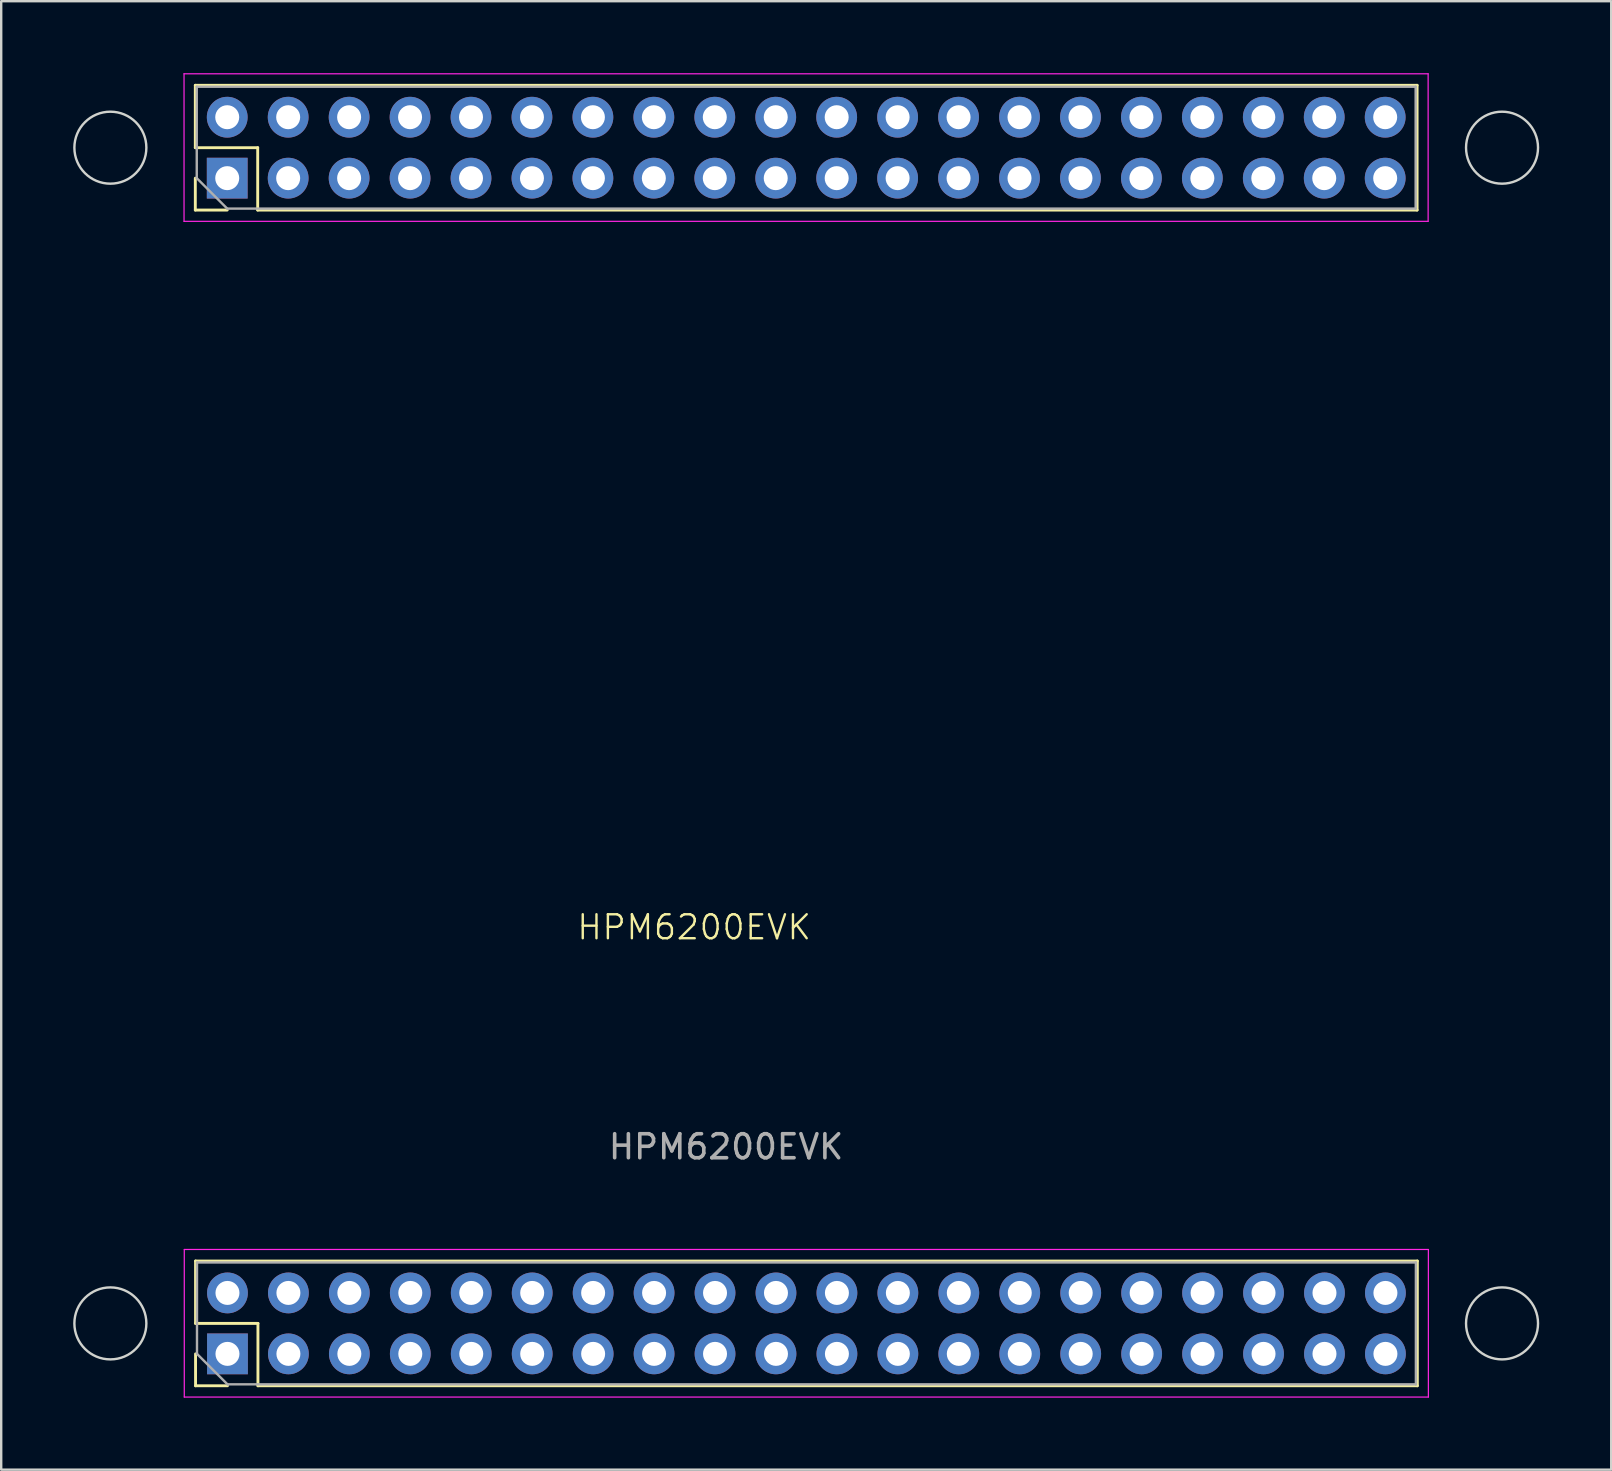
<source format=kicad_pcb>
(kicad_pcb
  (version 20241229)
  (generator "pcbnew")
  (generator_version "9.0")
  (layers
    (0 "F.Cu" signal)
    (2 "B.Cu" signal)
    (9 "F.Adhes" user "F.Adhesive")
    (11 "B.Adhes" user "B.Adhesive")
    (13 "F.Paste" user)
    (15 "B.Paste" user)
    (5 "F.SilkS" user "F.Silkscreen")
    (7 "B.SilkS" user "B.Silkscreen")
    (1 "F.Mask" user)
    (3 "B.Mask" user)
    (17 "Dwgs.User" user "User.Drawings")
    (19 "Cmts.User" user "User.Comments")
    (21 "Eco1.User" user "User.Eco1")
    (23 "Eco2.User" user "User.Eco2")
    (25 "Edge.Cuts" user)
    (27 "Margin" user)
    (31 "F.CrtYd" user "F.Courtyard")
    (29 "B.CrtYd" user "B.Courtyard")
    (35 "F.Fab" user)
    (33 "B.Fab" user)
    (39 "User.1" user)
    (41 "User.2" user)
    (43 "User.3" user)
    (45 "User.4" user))
  (footprint "HPM6200EVK"
    (layer "F.Cu")
    (at 1.55 52.105)
    (property "Reference" "HPM6200EVK" (at 24.33 -16.51 0) (unlocked yes) (layer "F.SilkS") (effects (font (size 1 1) (thickness 0.1))))
    (attr through_hole)
    (fp_line (start 3.54 -51.6) (end 54.46 -51.6) (stroke (width 0.12) (type solid)) (layer "F.SilkS"))
    (fp_line (start 3.54 -49) (end 3.54 -51.6) (stroke (width 0.12) (type solid)) (layer "F.SilkS"))
    (fp_line (start 3.54 -46.4) (end 3.54 -47.73) (stroke (width 0.12) (type solid)) (layer "F.SilkS"))
    (fp_line (start 3.55 -2.6) (end 54.47 -2.6) (stroke (width 0.12) (type solid)) (layer "F.SilkS"))
    (fp_line (start 3.55 0) (end 3.55 -2.6) (stroke (width 0.12) (type solid)) (layer "F.SilkS"))
    (fp_line (start 3.55 2.6) (end 3.55 1.27) (stroke (width 0.12) (type solid)) (layer "F.SilkS"))
    (fp_line (start 4.87 -46.4) (end 3.54 -46.4) (stroke (width 0.12) (type solid)) (layer "F.SilkS"))
    (fp_line (start 4.88 2.6) (end 3.55 2.6) (stroke (width 0.12) (type solid)) (layer "F.SilkS"))
    (fp_line (start 6.14 -49) (end 3.54 -49) (stroke (width 0.12) (type solid)) (layer "F.SilkS"))
    (fp_line (start 6.14 -46.4) (end 6.14 -49) (stroke (width 0.12) (type solid)) (layer "F.SilkS"))
    (fp_line (start 6.14 -46.4) (end 54.46 -46.4) (stroke (width 0.12) (type solid)) (layer "F.SilkS"))
    (fp_line (start 6.15 0) (end 3.55 0) (stroke (width 0.12) (type solid)) (layer "F.SilkS"))
    (fp_line (start 6.15 2.6) (end 6.15 0) (stroke (width 0.12) (type solid)) (layer "F.SilkS"))
    (fp_line (start 6.15 2.6) (end 54.47 2.6) (stroke (width 0.12) (type solid)) (layer "F.SilkS"))
    (fp_line (start 54.46 -46.4) (end 54.46 -51.6) (stroke (width 0.12) (type solid)) (layer "F.SilkS"))
    (fp_line (start 54.47 2.6) (end 54.47 -2.6) (stroke (width 0.12) (type solid)) (layer "F.SilkS"))
    (fp_circle (center 0 -49) (end 1.5 -49) (stroke (width 0.1) (type default)) (fill no) (layer "Edge.Cuts"))
    (fp_circle (center 0 0) (end 1.5 0) (stroke (width 0.1) (type default)) (fill no) (layer "Edge.Cuts"))
    (fp_circle (center 58 -49) (end 59.5 -49) (stroke (width 0.1) (type default)) (fill no) (layer "Edge.Cuts"))
    (fp_circle (center 58 0) (end 59.5 0) (stroke (width 0.1) (type default)) (fill no) (layer "Edge.Cuts"))
    (fp_line (start 3.07 -52.08) (end 3.07 -45.93) (stroke (width 0.05) (type solid)) (layer "F.CrtYd"))
    (fp_line (start 3.07 -45.93) (end 54.92 -45.93) (stroke (width 0.05) (type solid)) (layer "F.CrtYd"))
    (fp_line (start 3.08 -3.08) (end 3.08 3.07) (stroke (width 0.05) (type solid)) (layer "F.CrtYd"))
    (fp_line (start 3.08 3.07) (end 54.93 3.07) (stroke (width 0.05) (type solid)) (layer "F.CrtYd"))
    (fp_line (start 54.92 -52.08) (end 3.07 -52.08) (stroke (width 0.05) (type solid)) (layer "F.CrtYd"))
    (fp_line (start 54.92 -45.93) (end 54.92 -52.08) (stroke (width 0.05) (type solid)) (layer "F.CrtYd"))
    (fp_line (start 54.93 -3.08) (end 3.08 -3.08) (stroke (width 0.05) (type solid)) (layer "F.CrtYd"))
    (fp_line (start 54.93 3.07) (end 54.93 -3.08) (stroke (width 0.05) (type solid)) (layer "F.CrtYd"))
    (fp_line (start 3.6 -51.54) (end 54.4 -51.54) (stroke (width 0.1) (type solid)) (layer "F.Fab"))
    (fp_line (start 3.6 -47.73) (end 3.6 -51.54) (stroke (width 0.1) (type solid)) (layer "F.Fab"))
    (fp_line (start 3.61 -2.54) (end 54.41 -2.54) (stroke (width 0.1) (type solid)) (layer "F.Fab"))
    (fp_line (start 3.61 1.27) (end 3.61 -2.54) (stroke (width 0.1) (type solid)) (layer "F.Fab"))
    (fp_line (start 4.87 -46.46) (end 3.6 -47.73) (stroke (width 0.1) (type solid)) (layer "F.Fab"))
    (fp_line (start 4.88 2.54) (end 3.61 1.27) (stroke (width 0.1) (type solid)) (layer "F.Fab"))
    (fp_line (start 54.4 -51.54) (end 54.4 -46.46) (stroke (width 0.1) (type solid)) (layer "F.Fab"))
    (fp_line (start 54.4 -46.46) (end 4.87 -46.46) (stroke (width 0.1) (type solid)) (layer "F.Fab"))
    (fp_line (start 54.41 -2.54) (end 54.41 2.54) (stroke (width 0.1) (type solid)) (layer "F.Fab"))
    (fp_line (start 54.41 2.54) (end 4.88 2.54) (stroke (width 0.1) (type solid)) (layer "F.Fab"))
    (fp_text user "${REFERENCE}" (at 25.66 -7.36 0) (unlocked yes) (layer "F.Fab") (effects (font (size 1 1) (thickness 0.15))))
    (pad "1" thru_hole rect (at 4.88 1.27 90) (size 1.7 1.7) (drill 1) (layers "*.Cu" "*.Mask"))
    (pad "2" thru_hole oval (at 4.88 -1.27 90) (size 1.7 1.7) (drill 1) (layers "*.Cu" "*.Mask"))
    (pad "3" thru_hole oval (at 7.42 1.27 90) (size 1.7 1.7) (drill 1) (layers "*.Cu" "*.Mask"))
    (pad "4" thru_hole oval (at 7.42 -1.27 90) (size 1.7 1.7) (drill 1) (layers "*.Cu" "*.Mask"))
    (pad "5" thru_hole oval (at 9.96 1.27 90) (size 1.7 1.7) (drill 1) (layers "*.Cu" "*.Mask"))
    (pad "6" thru_hole oval (at 9.96 -1.27 90) (size 1.7 1.7) (drill 1) (layers "*.Cu" "*.Mask"))
    (pad "7" thru_hole oval (at 12.5 1.27 90) (size 1.7 1.7) (drill 1) (layers "*.Cu" "*.Mask"))
    (pad "8" thru_hole oval (at 12.5 -1.27 90) (size 1.7 1.7) (drill 1) (layers "*.Cu" "*.Mask"))
    (pad "9" thru_hole oval (at 15.04 1.27 90) (size 1.7 1.7) (drill 1) (layers "*.Cu" "*.Mask"))
    (pad "10" thru_hole oval (at 15.04 -1.27 90) (size 1.7 1.7) (drill 1) (layers "*.Cu" "*.Mask"))
    (pad "11" thru_hole oval (at 17.58 1.27 90) (size 1.7 1.7) (drill 1) (layers "*.Cu" "*.Mask"))
    (pad "12" thru_hole oval (at 17.58 -1.27 90) (size 1.7 1.7) (drill 1) (layers "*.Cu" "*.Mask"))
    (pad "13" thru_hole oval (at 20.12 1.27 90) (size 1.7 1.7) (drill 1) (layers "*.Cu" "*.Mask"))
    (pad "14" thru_hole oval (at 20.12 -1.27 90) (size 1.7 1.7) (drill 1) (layers "*.Cu" "*.Mask"))
    (pad "15" thru_hole oval (at 22.66 1.27 90) (size 1.7 1.7) (drill 1) (layers "*.Cu" "*.Mask"))
    (pad "16" thru_hole oval (at 22.66 -1.27 90) (size 1.7 1.7) (drill 1) (layers "*.Cu" "*.Mask"))
    (pad "17" thru_hole oval (at 25.2 1.27 90) (size 1.7 1.7) (drill 1) (layers "*.Cu" "*.Mask"))
    (pad "18" thru_hole oval (at 25.2 -1.27 90) (size 1.7 1.7) (drill 1) (layers "*.Cu" "*.Mask"))
    (pad "19" thru_hole oval (at 27.74 1.27 90) (size 1.7 1.7) (drill 1) (layers "*.Cu" "*.Mask"))
    (pad "20" thru_hole oval (at 27.74 -1.27 90) (size 1.7 1.7) (drill 1) (layers "*.Cu" "*.Mask"))
    (pad "21" thru_hole oval (at 30.28 1.27 90) (size 1.7 1.7) (drill 1) (layers "*.Cu" "*.Mask"))
    (pad "22" thru_hole oval (at 30.28 -1.27 90) (size 1.7 1.7) (drill 1) (layers "*.Cu" "*.Mask"))
    (pad "23" thru_hole oval (at 32.82 1.27 90) (size 1.7 1.7) (drill 1) (layers "*.Cu" "*.Mask"))
    (pad "24" thru_hole oval (at 32.82 -1.27 90) (size 1.7 1.7) (drill 1) (layers "*.Cu" "*.Mask"))
    (pad "25" thru_hole oval (at 35.36 1.27 90) (size 1.7 1.7) (drill 1) (layers "*.Cu" "*.Mask"))
    (pad "26" thru_hole oval (at 35.36 -1.27 90) (size 1.7 1.7) (drill 1) (layers "*.Cu" "*.Mask"))
    (pad "27" thru_hole oval (at 37.9 1.27 90) (size 1.7 1.7) (drill 1) (layers "*.Cu" "*.Mask"))
    (pad "28" thru_hole oval (at 37.9 -1.27 90) (size 1.7 1.7) (drill 1) (layers "*.Cu" "*.Mask"))
    (pad "29" thru_hole oval (at 40.44 1.27 90) (size 1.7 1.7) (drill 1) (layers "*.Cu" "*.Mask"))
    (pad "30" thru_hole oval (at 40.44 -1.27 90) (size 1.7 1.7) (drill 1) (layers "*.Cu" "*.Mask"))
    (pad "31" thru_hole oval (at 42.98 1.27 90) (size 1.7 1.7) (drill 1) (layers "*.Cu" "*.Mask"))
    (pad "32" thru_hole oval (at 42.98 -1.27 90) (size 1.7 1.7) (drill 1) (layers "*.Cu" "*.Mask"))
    (pad "33" thru_hole oval (at 45.52 1.27 90) (size 1.7 1.7) (drill 1) (layers "*.Cu" "*.Mask"))
    (pad "34" thru_hole oval (at 45.52 -1.27 90) (size 1.7 1.7) (drill 1) (layers "*.Cu" "*.Mask"))
    (pad "35" thru_hole oval (at 48.06 1.27 90) (size 1.7 1.7) (drill 1) (layers "*.Cu" "*.Mask"))
    (pad "36" thru_hole oval (at 48.06 -1.27 90) (size 1.7 1.7) (drill 1) (layers "*.Cu" "*.Mask"))
    (pad "37" thru_hole oval (at 50.6 1.27 90) (size 1.7 1.7) (drill 1) (layers "*.Cu" "*.Mask"))
    (pad "38" thru_hole oval (at 50.6 -1.27 90) (size 1.7 1.7) (drill 1) (layers "*.Cu" "*.Mask"))
    (pad "39" thru_hole oval (at 53.14 1.27 90) (size 1.7 1.7) (drill 1) (layers "*.Cu" "*.Mask"))
    (pad "40" thru_hole oval (at 53.14 -1.27 90) (size 1.7 1.7) (drill 1) (layers "*.Cu" "*.Mask"))
    (pad "41" thru_hole rect (at 4.87 -47.73 90) (size 1.7 1.7) (drill 1) (layers "*.Cu" "*.Mask"))
    (pad "42" thru_hole oval (at 4.87 -50.27 90) (size 1.7 1.7) (drill 1) (layers "*.Cu" "*.Mask"))
    (pad "43" thru_hole oval (at 7.41 -47.73 90) (size 1.7 1.7) (drill 1) (layers "*.Cu" "*.Mask"))
    (pad "44" thru_hole oval (at 7.41 -50.27 90) (size 1.7 1.7) (drill 1) (layers "*.Cu" "*.Mask"))
    (pad "45" thru_hole oval (at 9.95 -47.73 90) (size 1.7 1.7) (drill 1) (layers "*.Cu" "*.Mask"))
    (pad "46" thru_hole oval (at 9.95 -50.27 90) (size 1.7 1.7) (drill 1) (layers "*.Cu" "*.Mask"))
    (pad "47" thru_hole oval (at 12.49 -47.73 90) (size 1.7 1.7) (drill 1) (layers "*.Cu" "*.Mask"))
    (pad "48" thru_hole oval (at 12.49 -50.27 90) (size 1.7 1.7) (drill 1) (layers "*.Cu" "*.Mask"))
    (pad "49" thru_hole oval (at 15.03 -47.73 90) (size 1.7 1.7) (drill 1) (layers "*.Cu" "*.Mask"))
    (pad "50" thru_hole oval (at 15.03 -50.27 90) (size 1.7 1.7) (drill 1) (layers "*.Cu" "*.Mask"))
    (pad "51" thru_hole oval (at 17.57 -47.73 90) (size 1.7 1.7) (drill 1) (layers "*.Cu" "*.Mask"))
    (pad "52" thru_hole oval (at 17.57 -50.27 90) (size 1.7 1.7) (drill 1) (layers "*.Cu" "*.Mask"))
    (pad "53" thru_hole oval (at 20.11 -47.73 90) (size 1.7 1.7) (drill 1) (layers "*.Cu" "*.Mask"))
    (pad "54" thru_hole oval (at 20.11 -50.27 90) (size 1.7 1.7) (drill 1) (layers "*.Cu" "*.Mask"))
    (pad "55" thru_hole oval (at 22.65 -47.73 90) (size 1.7 1.7) (drill 1) (layers "*.Cu" "*.Mask"))
    (pad "56" thru_hole oval (at 22.65 -50.27 90) (size 1.7 1.7) (drill 1) (layers "*.Cu" "*.Mask"))
    (pad "57" thru_hole oval (at 25.19 -47.73 90) (size 1.7 1.7) (drill 1) (layers "*.Cu" "*.Mask"))
    (pad "58" thru_hole oval (at 25.19 -50.27 90) (size 1.7 1.7) (drill 1) (layers "*.Cu" "*.Mask"))
    (pad "59" thru_hole oval (at 27.73 -47.73 90) (size 1.7 1.7) (drill 1) (layers "*.Cu" "*.Mask"))
    (pad "60" thru_hole oval (at 27.73 -50.27 90) (size 1.7 1.7) (drill 1) (layers "*.Cu" "*.Mask"))
    (pad "61" thru_hole oval (at 30.27 -47.73 90) (size 1.7 1.7) (drill 1) (layers "*.Cu" "*.Mask"))
    (pad "62" thru_hole oval (at 30.27 -50.27 90) (size 1.7 1.7) (drill 1) (layers "*.Cu" "*.Mask"))
    (pad "63" thru_hole oval (at 32.81 -47.73 90) (size 1.7 1.7) (drill 1) (layers "*.Cu" "*.Mask"))
    (pad "64" thru_hole oval (at 32.81 -50.27 90) (size 1.7 1.7) (drill 1) (layers "*.Cu" "*.Mask"))
    (pad "65" thru_hole oval (at 35.35 -47.73 90) (size 1.7 1.7) (drill 1) (layers "*.Cu" "*.Mask"))
    (pad "66" thru_hole oval (at 35.35 -50.27 90) (size 1.7 1.7) (drill 1) (layers "*.Cu" "*.Mask"))
    (pad "67" thru_hole oval (at 37.89 -47.73 90) (size 1.7 1.7) (drill 1) (layers "*.Cu" "*.Mask"))
    (pad "68" thru_hole oval (at 37.89 -50.27 90) (size 1.7 1.7) (drill 1) (layers "*.Cu" "*.Mask"))
    (pad "69" thru_hole oval (at 40.43 -47.73 90) (size 1.7 1.7) (drill 1) (layers "*.Cu" "*.Mask"))
    (pad "70" thru_hole oval (at 40.43 -50.27 90) (size 1.7 1.7) (drill 1) (layers "*.Cu" "*.Mask"))
    (pad "71" thru_hole oval (at 42.97 -47.73 90) (size 1.7 1.7) (drill 1) (layers "*.Cu" "*.Mask"))
    (pad "72" thru_hole oval (at 42.97 -50.27 90) (size 1.7 1.7) (drill 1) (layers "*.Cu" "*.Mask"))
    (pad "73" thru_hole oval (at 45.51 -47.73 90) (size 1.7 1.7) (drill 1) (layers "*.Cu" "*.Mask"))
    (pad "74" thru_hole oval (at 45.51 -50.27 90) (size 1.7 1.7) (drill 1) (layers "*.Cu" "*.Mask"))
    (pad "75" thru_hole oval (at 48.05 -47.73 90) (size 1.7 1.7) (drill 1) (layers "*.Cu" "*.Mask"))
    (pad "76" thru_hole oval (at 48.05 -50.27 90) (size 1.7 1.7) (drill 1) (layers "*.Cu" "*.Mask"))
    (pad "77" thru_hole oval (at 50.59 -47.73 90) (size 1.7 1.7) (drill 1) (layers "*.Cu" "*.Mask"))
    (pad "78" thru_hole oval (at 50.59 -50.27 90) (size 1.7 1.7) (drill 1) (layers "*.Cu" "*.Mask"))
    (pad "79" thru_hole oval (at 53.13 -47.73 90) (size 1.7 1.7) (drill 1) (layers "*.Cu" "*.Mask"))
    (pad "80" thru_hole oval (at 53.13 -50.27 90) (size 1.7 1.7) (drill 1) (layers "*.Cu" "*.Mask")))
  (gr_rect
    (start -3 -3)
    (end 64.1 58.2)
    (stroke (width 0.1) (type default))
    (fill no)
    (layer "Edge.Cuts")))
</source>
